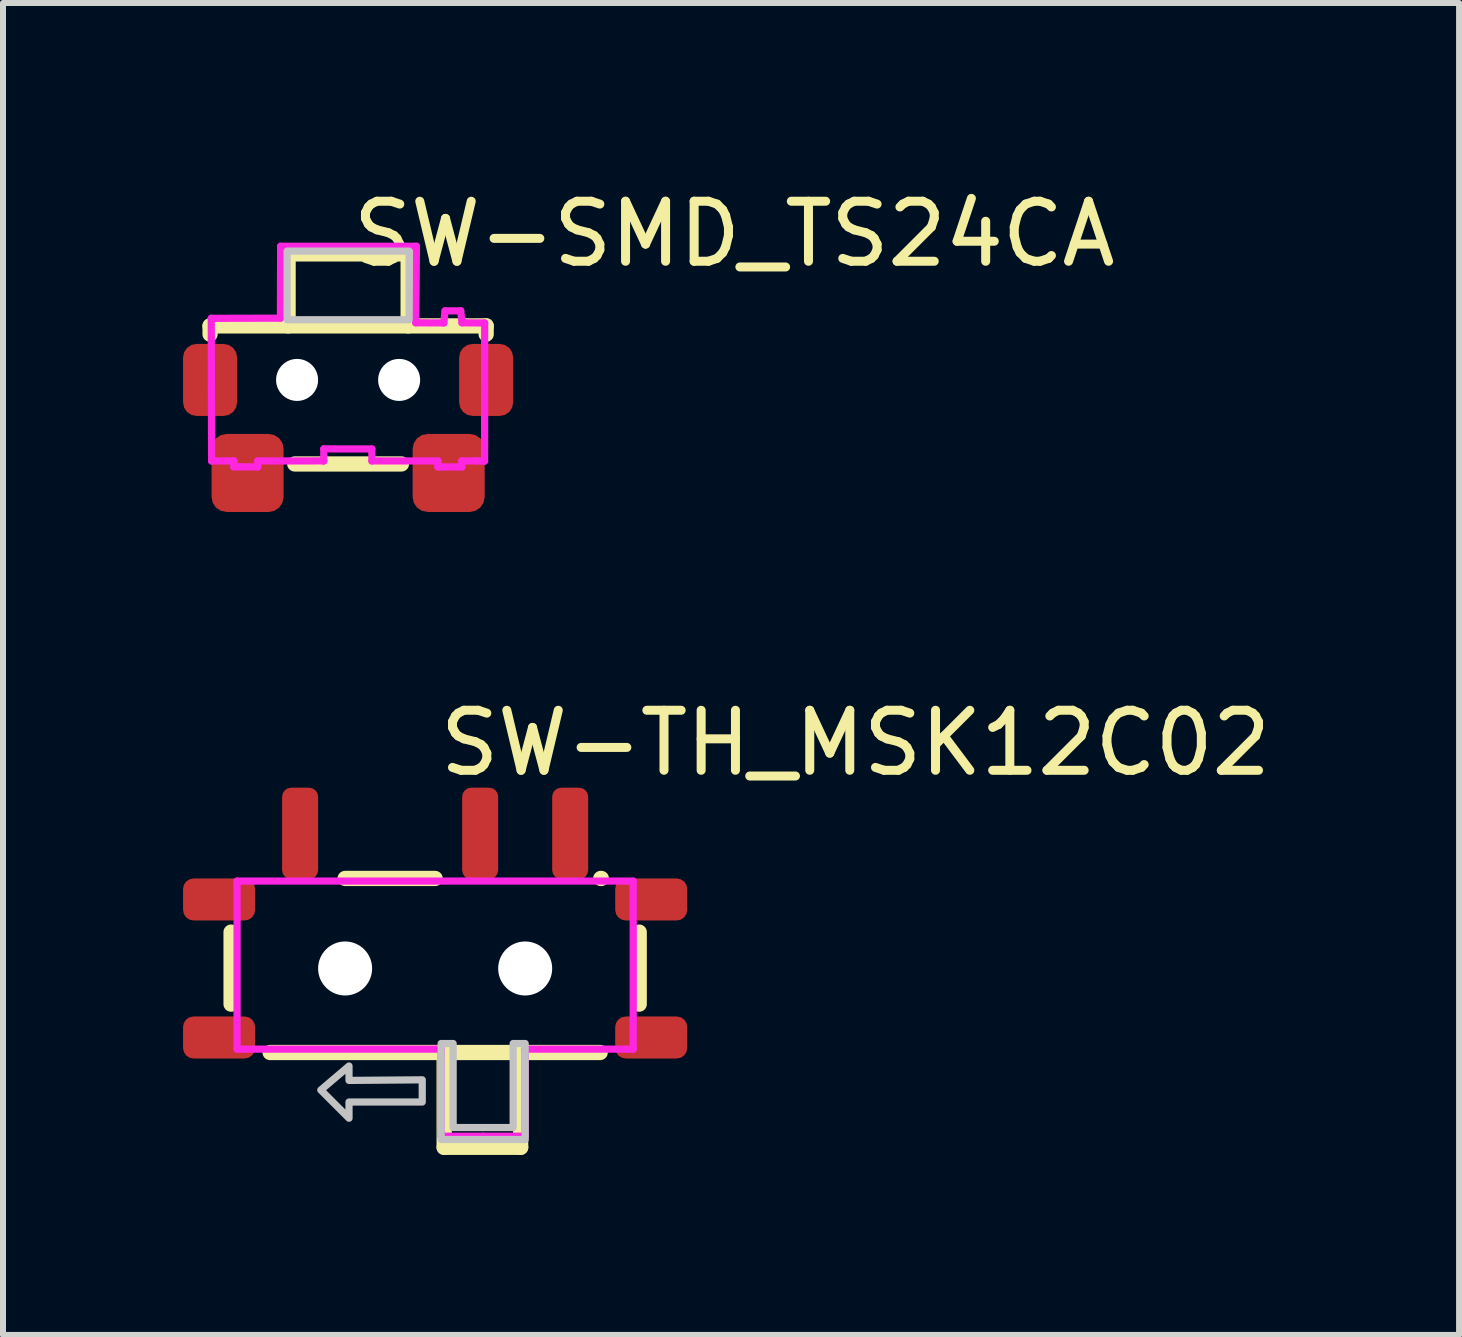
<source format=kicad_pcb>
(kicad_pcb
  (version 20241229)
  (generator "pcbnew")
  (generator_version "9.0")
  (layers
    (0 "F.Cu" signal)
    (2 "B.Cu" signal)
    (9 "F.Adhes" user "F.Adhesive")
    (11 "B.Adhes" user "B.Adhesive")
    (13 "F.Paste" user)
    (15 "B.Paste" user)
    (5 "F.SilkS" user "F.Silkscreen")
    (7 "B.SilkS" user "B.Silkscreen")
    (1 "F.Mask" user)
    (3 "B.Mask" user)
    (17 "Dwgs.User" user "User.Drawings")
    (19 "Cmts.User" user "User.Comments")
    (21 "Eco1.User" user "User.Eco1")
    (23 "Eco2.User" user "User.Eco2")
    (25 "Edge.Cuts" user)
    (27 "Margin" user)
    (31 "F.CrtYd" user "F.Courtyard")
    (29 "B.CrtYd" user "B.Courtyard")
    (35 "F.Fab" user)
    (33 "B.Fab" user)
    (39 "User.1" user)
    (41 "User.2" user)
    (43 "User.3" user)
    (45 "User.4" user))
  (footprint "SW-TH_MSK12C02"
    (layer "F.Cu")
    (at 4.2 12.536)
    (property "Reference" "SW-TH_MSK12C02" (at 0 -3.207 0) (layer "F.SilkS") (effects (font (size 1 1) (thickness 0.15)) (justify left)))
    (attr smd)
    (fp_line (start -3.4 -0.056) (end -3.4 1.144) (stroke (width 0.254) (type solid)) (layer "F.SilkS"))
    (fp_line (start -2.75 1.95) (end 2.75 1.95) (stroke (width 0.254) (type solid)) (layer "F.SilkS"))
    (fp_line (start -1.5 -0.95) (end 0 -0.95) (stroke (width 0.254) (type solid)) (layer "F.SilkS"))
    (fp_line (start 0.15 1.93) (end 0.15 3.53) (stroke (width 0.254) (type solid)) (layer "F.SilkS"))
    (fp_line (start 0.15 3.53) (end 1.425 3.53) (stroke (width 0.254) (type solid)) (layer "F.SilkS"))
    (fp_line (start 1.425 3.53) (end 1.425 1.93) (stroke (width 0.254) (type solid)) (layer "F.SilkS"))
    (fp_line (start 2.769 -0.95) (end 2.759 -0.95) (stroke (width 0.254) (type solid)) (layer "F.SilkS"))
    (fp_line (start 3.4 -0.056) (end 3.4 1.144) (stroke (width 0.254) (type solid)) (layer "F.SilkS"))
    (fp_circle (center -1.5 0.55) (end -1.31 0.55) (stroke (width 0.38) (type solid)) (fill no) (layer "Dwgs.User"))
    (fp_circle (center 1.5 0.55) (end 1.69 0.55) (stroke (width 0.38) (type solid)) (fill no) (layer "Dwgs.User"))
    (fp_poly (pts (xy -0.215 2.405) (xy -0.215 2.775) (xy -1.435 2.775) (xy -1.435 3.045) (xy -1.905 2.575) (xy -1.435 2.175) (xy -1.435 2.415)) (stroke (width 0.12) (type solid)) (fill no) (layer "Dwgs.User"))
    (fp_poly (pts (xy 0.1 1.95) (xy 0.1 3.4) (xy 1.5 3.4) (xy 1.5 1.8) (xy 1.3 1.8) (xy 1.3 3.2) (xy 0.3 3.2) (xy 0.3 1.8) (xy 0.1 1.8)) (stroke (width 0.12) (type solid)) (fill no) (layer "Dwgs.User"))
    (fp_line (start -3.3 -0.906) (end 3.3 -0.906) (stroke (width 0.12) (type solid)) (layer "F.CrtYd"))
    (fp_line (start -3.3 1.894) (end -3.3 -0.906) (stroke (width 0.12) (type solid)) (layer "F.CrtYd"))
    (fp_line (start 0.1 1.894) (end -3.3 1.894) (stroke (width 0.12) (type solid)) (layer "F.CrtYd"))
    (fp_line (start 0.1 3.344) (end 0.1 1.894) (stroke (width 0.12) (type solid)) (layer "F.CrtYd"))
    (fp_line (start 0.8 3.344) (end 0.1 3.344) (stroke (width 0.12) (type solid)) (layer "F.CrtYd"))
    (fp_line (start 1.5 1.894) (end 1.5 3.344) (stroke (width 0.12) (type solid)) (layer "F.CrtYd"))
    (fp_line (start 1.5 3.344) (end 0.8 3.344) (stroke (width 0.12) (type solid)) (layer "F.CrtYd"))
    (fp_line (start 3.3 -0.906) (end 3.3 1.894) (stroke (width 0.12) (type solid)) (layer "F.CrtYd"))
    (fp_line (start 3.3 1.894) (end 1.5 1.894) (stroke (width 0.12) (type solid)) (layer "F.CrtYd"))
    (pad "" np_thru_hole circle (at -1.5 0.55) (size 0.9 0.9) (drill 0.9) (layers "*.Cu" "*.Mask"))
    (pad "" np_thru_hole circle (at 1.5 0.55) (size 0.9 0.9) (drill 0.9) (layers "*.Cu" "*.Mask"))
    (pad "1" smd roundrect (at -2.25 -1.7 90) (size 1.524 0.6) (layers "F.Cu" "F.Mask" "F.Paste") (roundrect_rratio 0.25))
    (pad "2" smd roundrect (at 0.75 -1.7 90) (size 1.524 0.6) (layers "F.Cu" "F.Mask" "F.Paste") (roundrect_rratio 0.25))
    (pad "3" smd roundrect (at 2.25 -1.7 90) (size 1.524 0.6) (layers "F.Cu" "F.Mask" "F.Paste") (roundrect_rratio 0.25))
    (pad "4" smd roundrect (at -3.6 -0.6 180) (size 1.2 0.7) (layers "F.Cu" "F.Mask" "F.Paste") (roundrect_rratio 0.25))
    (pad "4" smd roundrect (at -3.6 1.7 180) (size 1.2 0.7) (layers "F.Cu" "F.Mask" "F.Paste") (roundrect_rratio 0.25))
    (pad "4" smd roundrect (at 3.6 -0.6 180) (size 1.2 0.7) (layers "F.Cu" "F.Mask" "F.Paste") (roundrect_rratio 0.25))
    (pad "4" smd roundrect (at 3.6 1.7 180) (size 1.2 0.7) (layers "F.Cu" "F.Mask" "F.Paste") (roundrect_rratio 0.25)))
  (footprint "SW-SMD_TS24CA"
    (layer "F.Cu")
    (at 2.75 4.055)
    (property "Reference" "SW-SMD_TS24CA" (at 0 -3.207 0) (layer "F.SilkS") (effects (font (size 1 1) (thickness 0.15)) (justify left)))
    (attr through_hole)
    (fp_line (start -2.3 -1.675) (end 2.3 -1.675) (stroke (width 0.254) (type solid)) (layer "F.SilkS"))
    (fp_line (start -2.3 -1.537) (end -2.3 -1.675) (stroke (width 0.254) (type solid)) (layer "F.SilkS"))
    (fp_line (start -1 -2.875) (end -1 -1.675) (stroke (width 0.254) (type solid)) (layer "F.SilkS"))
    (fp_line (start -1 -2.875) (end 1 -2.875) (stroke (width 0.254) (type solid)) (layer "F.SilkS"))
    (fp_line (start -0.889 0.625) (end 0.889 0.625) (stroke (width 0.254) (type solid)) (layer "F.SilkS"))
    (fp_line (start 1 -2.875) (end 1 -1.675) (stroke (width 0.254) (type solid)) (layer "F.SilkS"))
    (fp_line (start 2.3 -1.675) (end 2.3 -1.537) (stroke (width 0.254) (type solid)) (layer "F.SilkS"))
    (fp_circle (center -0.85 -0.775) (end -0.725 -0.775) (stroke (width 0.25) (type solid)) (fill no) (layer "Dwgs.User"))
    (fp_circle (center 0.85 -0.775) (end 0.975 -0.775) (stroke (width 0.25) (type solid)) (fill no) (layer "Dwgs.User"))
    (fp_poly (pts (xy -1.016 -1.778) (xy -1.016 -2.921) (xy 1.016 -2.921) (xy 1.016 -1.778)) (stroke (width 0.12) (type solid)) (fill no) (layer "Dwgs.User"))
    (fp_line (start -2.28 -1.801) (end -2.275 0.575) (stroke (width 0.12) (type solid)) (layer "F.CrtYd"))
    (fp_line (start -2.275 0.575) (end -1.905 0.575) (stroke (width 0.12) (type solid)) (layer "F.CrtYd"))
    (fp_line (start -1.905 0.575) (end -1.904 0.674) (stroke (width 0.12) (type solid)) (layer "F.CrtYd"))
    (fp_line (start -1.904 0.674) (end -1.506 0.674) (stroke (width 0.12) (type solid)) (layer "F.CrtYd"))
    (fp_line (start -1.506 0.674) (end -1.505 0.575) (stroke (width 0.12) (type solid)) (layer "F.CrtYd"))
    (fp_line (start -1.505 0.575) (end -0.406 0.574) (stroke (width 0.12) (type solid)) (layer "F.CrtYd"))
    (fp_line (start -1.128 -1.804) (end -2.28 -1.801) (stroke (width 0.12) (type solid)) (layer "F.CrtYd"))
    (fp_line (start -1.124 -3.002) (end -1.128 -1.804) (stroke (width 0.12) (type solid)) (layer "F.CrtYd"))
    (fp_line (start -0.406 0.574) (end -0.406 0.574) (stroke (width 0.12) (type solid)) (layer "F.CrtYd"))
    (fp_line (start -0.406 0.574) (end -0.405 0.374) (stroke (width 0.12) (type solid)) (layer "F.CrtYd"))
    (fp_line (start -0.405 0.374) (end 0.395 0.375) (stroke (width 0.12) (type solid)) (layer "F.CrtYd"))
    (fp_line (start 0.395 0.375) (end 0.396 0.575) (stroke (width 0.12) (type solid)) (layer "F.CrtYd"))
    (fp_line (start 0.396 0.575) (end 1.496 0.575) (stroke (width 0.12) (type solid)) (layer "F.CrtYd"))
    (fp_line (start 1.127 -1.727) (end 1.138 -3.002) (stroke (width 0.12) (type solid)) (layer "F.CrtYd"))
    (fp_line (start 1.138 -3.002) (end -1.124 -3.002) (stroke (width 0.12) (type solid)) (layer "F.CrtYd"))
    (fp_line (start 1.496 0.575) (end 1.496 0.675) (stroke (width 0.12) (type solid)) (layer "F.CrtYd"))
    (fp_line (start 1.496 0.675) (end 1.894 0.675) (stroke (width 0.12) (type solid)) (layer "F.CrtYd"))
    (fp_line (start 1.595 -1.725) (end 1.127 -1.727) (stroke (width 0.12) (type solid)) (layer "F.CrtYd"))
    (fp_line (start 1.615 -1.925) (end 1.595 -1.725) (stroke (width 0.12) (type solid)) (layer "F.CrtYd"))
    (fp_line (start 1.876 -1.926) (end 1.615 -1.925) (stroke (width 0.12) (type solid)) (layer "F.CrtYd"))
    (fp_line (start 1.894 0.675) (end 1.895 0.575) (stroke (width 0.12) (type solid)) (layer "F.CrtYd"))
    (fp_line (start 1.895 0.575) (end 2.145 0.574) (stroke (width 0.12) (type solid)) (layer "F.CrtYd"))
    (fp_line (start 1.897 -1.727) (end 1.876 -1.926) (stroke (width 0.12) (type solid)) (layer "F.CrtYd"))
    (fp_line (start 2.145 0.574) (end 2.274 0.577) (stroke (width 0.12) (type solid)) (layer "F.CrtYd"))
    (fp_line (start 2.274 0.577) (end 2.275 -1.724) (stroke (width 0.12) (type solid)) (layer "F.CrtYd"))
    (fp_line (start 2.275 -1.724) (end 1.897 -1.727) (stroke (width 0.12) (type solid)) (layer "F.CrtYd"))
    (pad "" np_thru_hole circle (at -0.85 -0.775) (size 0.7 0.7) (drill 0.7) (layers "*.Cu" "*.Mask"))
    (pad "" np_thru_hole circle (at 0.85 -0.775) (size 0.7 0.7) (drill 0.7) (layers "*.Cu" "*.Mask"))
    (pad "1" smd roundrect (at -1.675 0.775 180) (size 1.2 1.3) (layers "F.Cu" "F.Mask" "F.Paste") (roundrect_rratio 0.208))
    (pad "2" smd roundrect (at 1.675 0.775 180) (size 1.2 1.3) (layers "F.Cu" "F.Mask" "F.Paste") (roundrect_rratio 0.208))
    (pad "MP" smd roundrect (at -2.3 -0.775) (size 0.9 1.2) (layers "F.Cu" "F.Mask" "F.Paste") (roundrect_rratio 0.25))
    (pad "MP" smd roundrect (at 2.3 -0.775) (size 0.9 1.2) (layers "F.Cu" "F.Mask" "F.Paste") (roundrect_rratio 0.25)))
  (gr_rect
    (start -3 -3)
    (end 21.26 19.192)
    (stroke (width 0.1) (type default))
    (fill no)
    (layer "Edge.Cuts")))
</source>
